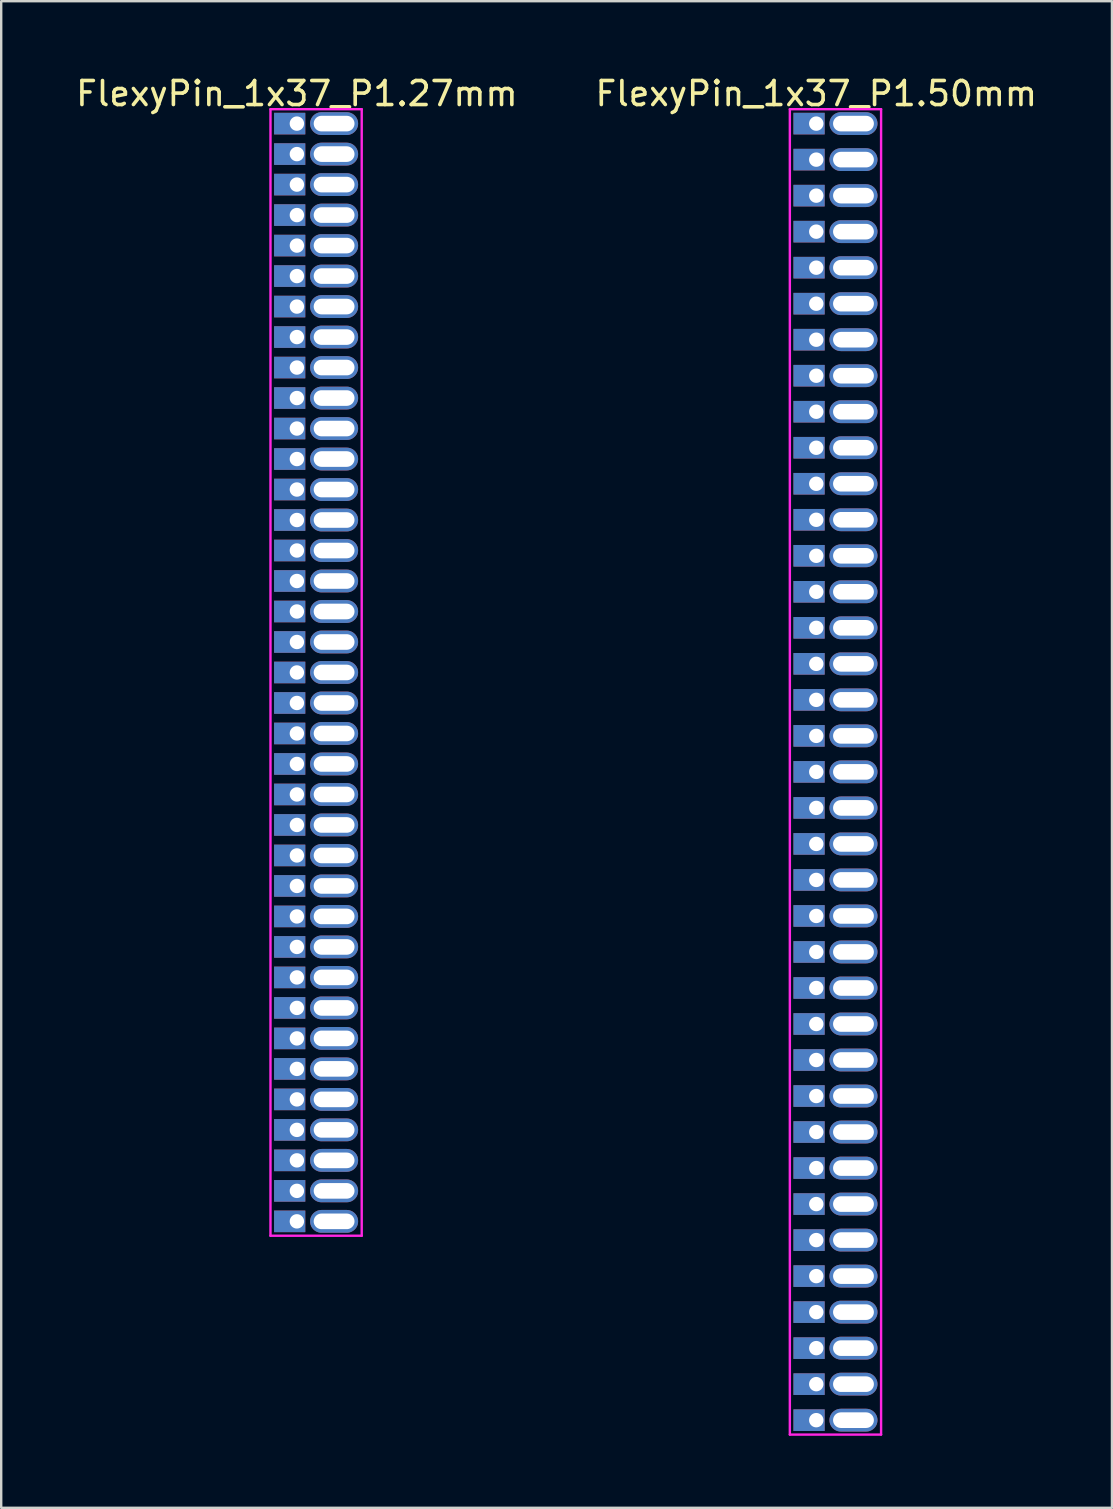
<source format=kicad_pcb>
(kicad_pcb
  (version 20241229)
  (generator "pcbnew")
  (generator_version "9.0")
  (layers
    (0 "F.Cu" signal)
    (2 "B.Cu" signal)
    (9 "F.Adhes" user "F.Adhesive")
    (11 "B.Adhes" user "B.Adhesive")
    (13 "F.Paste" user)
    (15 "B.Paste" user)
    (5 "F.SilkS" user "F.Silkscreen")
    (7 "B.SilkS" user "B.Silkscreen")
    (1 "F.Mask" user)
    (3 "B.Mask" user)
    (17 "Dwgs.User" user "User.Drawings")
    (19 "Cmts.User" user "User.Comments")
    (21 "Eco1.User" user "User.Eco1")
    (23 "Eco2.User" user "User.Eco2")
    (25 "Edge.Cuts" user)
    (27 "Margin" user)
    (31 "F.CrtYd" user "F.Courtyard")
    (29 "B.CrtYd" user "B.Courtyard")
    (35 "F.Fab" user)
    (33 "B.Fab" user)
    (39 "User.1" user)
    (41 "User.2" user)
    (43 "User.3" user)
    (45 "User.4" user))
  (footprint "FlexyPin_1x37_P1.27mm"
    (layer "F.Cu")
    (at 9.315 2.098)
    (property "Reference" "FlexyPin_1x37_P1.27mm" (at 0 -1.25 0) (layer "F.SilkS") (effects (font (size 1 1) (thickness 0.15))))
    (attr through_hole)
    (fp_line (start -1.1 -0.6) (end 2.7 -0.6) (stroke (width 0.1) (type solid)) (layer "F.CrtYd"))
    (fp_line (start -1.1 46.32) (end -1.1 -0.6) (stroke (width 0.1) (type solid)) (layer "F.CrtYd"))
    (fp_line (start 2.7 -0.6) (end 2.7 46.32) (stroke (width 0.1) (type solid)) (layer "F.CrtYd"))
    (fp_line (start 2.7 46.32) (end -1.1 46.32) (stroke (width 0.1) (type solid)) (layer "F.CrtYd"))
    (pad "" thru_hole oval (at 1.55 0) (size 2 0.95) (drill oval 1.7 0.65) (layers "*.Cu" "*.Mask"))
    (pad "" thru_hole oval (at 1.55 1.27) (size 2 0.95) (drill oval 1.7 0.65) (layers "*.Cu" "*.Mask"))
    (pad "" thru_hole oval (at 1.55 2.54) (size 2 0.95) (drill oval 1.7 0.65) (layers "*.Cu" "*.Mask"))
    (pad "" thru_hole oval (at 1.55 3.81) (size 2 0.95) (drill oval 1.7 0.65) (layers "*.Cu" "*.Mask"))
    (pad "" thru_hole oval (at 1.55 5.08) (size 2 0.95) (drill oval 1.7 0.65) (layers "*.Cu" "*.Mask"))
    (pad "" thru_hole oval (at 1.55 6.35) (size 2 0.95) (drill oval 1.7 0.65) (layers "*.Cu" "*.Mask"))
    (pad "" thru_hole oval (at 1.55 7.62) (size 2 0.95) (drill oval 1.7 0.65) (layers "*.Cu" "*.Mask"))
    (pad "" thru_hole oval (at 1.55 8.89) (size 2 0.95) (drill oval 1.7 0.65) (layers "*.Cu" "*.Mask"))
    (pad "" thru_hole oval (at 1.55 10.16) (size 2 0.95) (drill oval 1.7 0.65) (layers "*.Cu" "*.Mask"))
    (pad "" thru_hole oval (at 1.55 11.43) (size 2 0.95) (drill oval 1.7 0.65) (layers "*.Cu" "*.Mask"))
    (pad "" thru_hole oval (at 1.55 12.7) (size 2 0.95) (drill oval 1.7 0.65) (layers "*.Cu" "*.Mask"))
    (pad "" thru_hole oval (at 1.55 13.97) (size 2 0.95) (drill oval 1.7 0.65) (layers "*.Cu" "*.Mask"))
    (pad "" thru_hole oval (at 1.55 15.24) (size 2 0.95) (drill oval 1.7 0.65) (layers "*.Cu" "*.Mask"))
    (pad "" thru_hole oval (at 1.55 16.51) (size 2 0.95) (drill oval 1.7 0.65) (layers "*.Cu" "*.Mask"))
    (pad "" thru_hole oval (at 1.55 17.78) (size 2 0.95) (drill oval 1.7 0.65) (layers "*.Cu" "*.Mask"))
    (pad "" thru_hole oval (at 1.55 19.05) (size 2 0.95) (drill oval 1.7 0.65) (layers "*.Cu" "*.Mask"))
    (pad "" thru_hole oval (at 1.55 20.32) (size 2 0.95) (drill oval 1.7 0.65) (layers "*.Cu" "*.Mask"))
    (pad "" thru_hole oval (at 1.55 21.59) (size 2 0.95) (drill oval 1.7 0.65) (layers "*.Cu" "*.Mask"))
    (pad "" thru_hole oval (at 1.55 22.86) (size 2 0.95) (drill oval 1.7 0.65) (layers "*.Cu" "*.Mask"))
    (pad "" thru_hole oval (at 1.55 24.13) (size 2 0.95) (drill oval 1.7 0.65) (layers "*.Cu" "*.Mask"))
    (pad "" thru_hole oval (at 1.55 25.4) (size 2 0.95) (drill oval 1.7 0.65) (layers "*.Cu" "*.Mask"))
    (pad "" thru_hole oval (at 1.55 26.67) (size 2 0.95) (drill oval 1.7 0.65) (layers "*.Cu" "*.Mask"))
    (pad "" thru_hole oval (at 1.55 27.94) (size 2 0.95) (drill oval 1.7 0.65) (layers "*.Cu" "*.Mask"))
    (pad "" thru_hole oval (at 1.55 29.21) (size 2 0.95) (drill oval 1.7 0.65) (layers "*.Cu" "*.Mask"))
    (pad "" thru_hole oval (at 1.55 30.48) (size 2 0.95) (drill oval 1.7 0.65) (layers "*.Cu" "*.Mask"))
    (pad "" thru_hole oval (at 1.55 31.75) (size 2 0.95) (drill oval 1.7 0.65) (layers "*.Cu" "*.Mask"))
    (pad "" thru_hole oval (at 1.55 33.02) (size 2 0.95) (drill oval 1.7 0.65) (layers "*.Cu" "*.Mask"))
    (pad "" thru_hole oval (at 1.55 34.29) (size 2 0.95) (drill oval 1.7 0.65) (layers "*.Cu" "*.Mask"))
    (pad "" thru_hole oval (at 1.55 35.56) (size 2 0.95) (drill oval 1.7 0.65) (layers "*.Cu" "*.Mask"))
    (pad "" thru_hole oval (at 1.55 36.83) (size 2 0.95) (drill oval 1.7 0.65) (layers "*.Cu" "*.Mask"))
    (pad "" thru_hole oval (at 1.55 38.1) (size 2 0.95) (drill oval 1.7 0.65) (layers "*.Cu" "*.Mask"))
    (pad "" thru_hole oval (at 1.55 39.37) (size 2 0.95) (drill oval 1.7 0.65) (layers "*.Cu" "*.Mask"))
    (pad "" thru_hole oval (at 1.55 40.64) (size 2 0.95) (drill oval 1.7 0.65) (layers "*.Cu" "*.Mask"))
    (pad "" thru_hole oval (at 1.55 41.91) (size 2 0.95) (drill oval 1.7 0.65) (layers "*.Cu" "*.Mask"))
    (pad "" thru_hole oval (at 1.55 43.18) (size 2 0.95) (drill oval 1.7 0.65) (layers "*.Cu" "*.Mask"))
    (pad "" thru_hole oval (at 1.55 44.45) (size 2 0.95) (drill oval 1.7 0.65) (layers "*.Cu" "*.Mask"))
    (pad "" thru_hole oval (at 1.55 45.72) (size 2 0.95) (drill oval 1.7 0.65) (layers "*.Cu" "*.Mask"))
    (pad "1" thru_hole rect (at 0 0) (size 1.3 0.9) (drill 0.6 (offset -0.3 0)) (layers "*.Cu" "*.Mask"))
    (pad "2" thru_hole rect (at 0 1.27) (size 1.3 0.9) (drill 0.6 (offset -0.3 0)) (layers "*.Cu" "*.Mask"))
    (pad "3" thru_hole rect (at 0 2.54) (size 1.3 0.9) (drill 0.6 (offset -0.3 0)) (layers "*.Cu" "*.Mask"))
    (pad "4" thru_hole rect (at 0 3.81) (size 1.3 0.9) (drill 0.6 (offset -0.3 0)) (layers "*.Cu" "*.Mask"))
    (pad "5" thru_hole rect (at 0 5.08) (size 1.3 0.9) (drill 0.6 (offset -0.3 0)) (layers "*.Cu" "*.Mask"))
    (pad "6" thru_hole rect (at 0 6.35) (size 1.3 0.9) (drill 0.6 (offset -0.3 0)) (layers "*.Cu" "*.Mask"))
    (pad "7" thru_hole rect (at 0 7.62) (size 1.3 0.9) (drill 0.6 (offset -0.3 0)) (layers "*.Cu" "*.Mask"))
    (pad "8" thru_hole rect (at 0 8.89) (size 1.3 0.9) (drill 0.6 (offset -0.3 0)) (layers "*.Cu" "*.Mask"))
    (pad "9" thru_hole rect (at 0 10.16) (size 1.3 0.9) (drill 0.6 (offset -0.3 0)) (layers "*.Cu" "*.Mask"))
    (pad "10" thru_hole rect (at 0 11.43) (size 1.3 0.9) (drill 0.6 (offset -0.3 0)) (layers "*.Cu" "*.Mask"))
    (pad "11" thru_hole rect (at 0 12.7) (size 1.3 0.9) (drill 0.6 (offset -0.3 0)) (layers "*.Cu" "*.Mask"))
    (pad "12" thru_hole rect (at 0 13.97) (size 1.3 0.9) (drill 0.6 (offset -0.3 0)) (layers "*.Cu" "*.Mask"))
    (pad "13" thru_hole rect (at 0 15.24) (size 1.3 0.9) (drill 0.6 (offset -0.3 0)) (layers "*.Cu" "*.Mask"))
    (pad "14" thru_hole rect (at 0 16.51) (size 1.3 0.9) (drill 0.6 (offset -0.3 0)) (layers "*.Cu" "*.Mask"))
    (pad "15" thru_hole rect (at 0 17.78) (size 1.3 0.9) (drill 0.6 (offset -0.3 0)) (layers "*.Cu" "*.Mask"))
    (pad "16" thru_hole rect (at 0 19.05) (size 1.3 0.9) (drill 0.6 (offset -0.3 0)) (layers "*.Cu" "*.Mask"))
    (pad "17" thru_hole rect (at 0 20.32) (size 1.3 0.9) (drill 0.6 (offset -0.3 0)) (layers "*.Cu" "*.Mask"))
    (pad "18" thru_hole rect (at 0 21.59) (size 1.3 0.9) (drill 0.6 (offset -0.3 0)) (layers "*.Cu" "*.Mask"))
    (pad "19" thru_hole rect (at 0 22.86) (size 1.3 0.9) (drill 0.6 (offset -0.3 0)) (layers "*.Cu" "*.Mask"))
    (pad "20" thru_hole rect (at 0 24.13) (size 1.3 0.9) (drill 0.6 (offset -0.3 0)) (layers "*.Cu" "*.Mask"))
    (pad "21" thru_hole rect (at 0 25.4) (size 1.3 0.9) (drill 0.6 (offset -0.3 0)) (layers "*.Cu" "*.Mask"))
    (pad "22" thru_hole rect (at 0 26.67) (size 1.3 0.9) (drill 0.6 (offset -0.3 0)) (layers "*.Cu" "*.Mask"))
    (pad "23" thru_hole rect (at 0 27.94) (size 1.3 0.9) (drill 0.6 (offset -0.3 0)) (layers "*.Cu" "*.Mask"))
    (pad "24" thru_hole rect (at 0 29.21) (size 1.3 0.9) (drill 0.6 (offset -0.3 0)) (layers "*.Cu" "*.Mask"))
    (pad "25" thru_hole rect (at 0 30.48) (size 1.3 0.9) (drill 0.6 (offset -0.3 0)) (layers "*.Cu" "*.Mask"))
    (pad "26" thru_hole rect (at 0 31.75) (size 1.3 0.9) (drill 0.6 (offset -0.3 0)) (layers "*.Cu" "*.Mask"))
    (pad "27" thru_hole rect (at 0 33.02) (size 1.3 0.9) (drill 0.6 (offset -0.3 0)) (layers "*.Cu" "*.Mask"))
    (pad "28" thru_hole rect (at 0 34.29) (size 1.3 0.9) (drill 0.6 (offset -0.3 0)) (layers "*.Cu" "*.Mask"))
    (pad "29" thru_hole rect (at 0 35.56) (size 1.3 0.9) (drill 0.6 (offset -0.3 0)) (layers "*.Cu" "*.Mask"))
    (pad "30" thru_hole rect (at 0 36.83) (size 1.3 0.9) (drill 0.6 (offset -0.3 0)) (layers "*.Cu" "*.Mask"))
    (pad "31" thru_hole rect (at 0 38.1) (size 1.3 0.9) (drill 0.6 (offset -0.3 0)) (layers "*.Cu" "*.Mask"))
    (pad "32" thru_hole rect (at 0 39.37) (size 1.3 0.9) (drill 0.6 (offset -0.3 0)) (layers "*.Cu" "*.Mask"))
    (pad "33" thru_hole rect (at 0 40.64) (size 1.3 0.9) (drill 0.6 (offset -0.3 0)) (layers "*.Cu" "*.Mask"))
    (pad "34" thru_hole rect (at 0 41.91) (size 1.3 0.9) (drill 0.6 (offset -0.3 0)) (layers "*.Cu" "*.Mask"))
    (pad "35" thru_hole rect (at 0 43.18) (size 1.3 0.9) (drill 0.6 (offset -0.3 0)) (layers "*.Cu" "*.Mask"))
    (pad "36" thru_hole rect (at 0 44.45) (size 1.3 0.9) (drill 0.6 (offset -0.3 0)) (layers "*.Cu" "*.Mask"))
    (pad "37" thru_hole rect (at 0 45.72) (size 1.3 0.9) (drill 0.6 (offset -0.3 0)) (layers "*.Cu" "*.Mask")))
  (footprint "FlexyPin_1x37_P1.50mm"
    (layer "F.Cu")
    (at 30.946 2.098)
    (property "Reference" "FlexyPin_1x37_P1.50mm" (at 0 -1.25 0) (layer "F.SilkS") (effects (font (size 1 1) (thickness 0.15))))
    (attr through_hole)
    (fp_line (start -1.1 -0.6) (end 2.7 -0.6) (stroke (width 0.1) (type solid)) (layer "F.CrtYd"))
    (fp_line (start -1.1 54.6) (end -1.1 -0.6) (stroke (width 0.1) (type solid)) (layer "F.CrtYd"))
    (fp_line (start 2.7 -0.6) (end 2.7 54.6) (stroke (width 0.1) (type solid)) (layer "F.CrtYd"))
    (fp_line (start 2.7 54.6) (end -1.1 54.6) (stroke (width 0.1) (type solid)) (layer "F.CrtYd"))
    (pad "" thru_hole oval (at 1.55 0) (size 2 0.95) (drill oval 1.7 0.65) (layers "*.Cu" "*.Mask"))
    (pad "" thru_hole oval (at 1.55 1.5) (size 2 0.95) (drill oval 1.7 0.65) (layers "*.Cu" "*.Mask"))
    (pad "" thru_hole oval (at 1.55 3) (size 2 0.95) (drill oval 1.7 0.65) (layers "*.Cu" "*.Mask"))
    (pad "" thru_hole oval (at 1.55 4.5) (size 2 0.95) (drill oval 1.7 0.65) (layers "*.Cu" "*.Mask"))
    (pad "" thru_hole oval (at 1.55 6) (size 2 0.95) (drill oval 1.7 0.65) (layers "*.Cu" "*.Mask"))
    (pad "" thru_hole oval (at 1.55 7.5) (size 2 0.95) (drill oval 1.7 0.65) (layers "*.Cu" "*.Mask"))
    (pad "" thru_hole oval (at 1.55 9) (size 2 0.95) (drill oval 1.7 0.65) (layers "*.Cu" "*.Mask"))
    (pad "" thru_hole oval (at 1.55 10.5) (size 2 0.95) (drill oval 1.7 0.65) (layers "*.Cu" "*.Mask"))
    (pad "" thru_hole oval (at 1.55 12) (size 2 0.95) (drill oval 1.7 0.65) (layers "*.Cu" "*.Mask"))
    (pad "" thru_hole oval (at 1.55 13.5) (size 2 0.95) (drill oval 1.7 0.65) (layers "*.Cu" "*.Mask"))
    (pad "" thru_hole oval (at 1.55 15) (size 2 0.95) (drill oval 1.7 0.65) (layers "*.Cu" "*.Mask"))
    (pad "" thru_hole oval (at 1.55 16.5) (size 2 0.95) (drill oval 1.7 0.65) (layers "*.Cu" "*.Mask"))
    (pad "" thru_hole oval (at 1.55 18) (size 2 0.95) (drill oval 1.7 0.65) (layers "*.Cu" "*.Mask"))
    (pad "" thru_hole oval (at 1.55 19.5) (size 2 0.95) (drill oval 1.7 0.65) (layers "*.Cu" "*.Mask"))
    (pad "" thru_hole oval (at 1.55 21) (size 2 0.95) (drill oval 1.7 0.65) (layers "*.Cu" "*.Mask"))
    (pad "" thru_hole oval (at 1.55 22.5) (size 2 0.95) (drill oval 1.7 0.65) (layers "*.Cu" "*.Mask"))
    (pad "" thru_hole oval (at 1.55 24) (size 2 0.95) (drill oval 1.7 0.65) (layers "*.Cu" "*.Mask"))
    (pad "" thru_hole oval (at 1.55 25.5) (size 2 0.95) (drill oval 1.7 0.65) (layers "*.Cu" "*.Mask"))
    (pad "" thru_hole oval (at 1.55 27) (size 2 0.95) (drill oval 1.7 0.65) (layers "*.Cu" "*.Mask"))
    (pad "" thru_hole oval (at 1.55 28.5) (size 2 0.95) (drill oval 1.7 0.65) (layers "*.Cu" "*.Mask"))
    (pad "" thru_hole oval (at 1.55 30) (size 2 0.95) (drill oval 1.7 0.65) (layers "*.Cu" "*.Mask"))
    (pad "" thru_hole oval (at 1.55 31.5) (size 2 0.95) (drill oval 1.7 0.65) (layers "*.Cu" "*.Mask"))
    (pad "" thru_hole oval (at 1.55 33) (size 2 0.95) (drill oval 1.7 0.65) (layers "*.Cu" "*.Mask"))
    (pad "" thru_hole oval (at 1.55 34.5) (size 2 0.95) (drill oval 1.7 0.65) (layers "*.Cu" "*.Mask"))
    (pad "" thru_hole oval (at 1.55 36) (size 2 0.95) (drill oval 1.7 0.65) (layers "*.Cu" "*.Mask"))
    (pad "" thru_hole oval (at 1.55 37.5) (size 2 0.95) (drill oval 1.7 0.65) (layers "*.Cu" "*.Mask"))
    (pad "" thru_hole oval (at 1.55 39) (size 2 0.95) (drill oval 1.7 0.65) (layers "*.Cu" "*.Mask"))
    (pad "" thru_hole oval (at 1.55 40.5) (size 2 0.95) (drill oval 1.7 0.65) (layers "*.Cu" "*.Mask"))
    (pad "" thru_hole oval (at 1.55 42) (size 2 0.95) (drill oval 1.7 0.65) (layers "*.Cu" "*.Mask"))
    (pad "" thru_hole oval (at 1.55 43.5) (size 2 0.95) (drill oval 1.7 0.65) (layers "*.Cu" "*.Mask"))
    (pad "" thru_hole oval (at 1.55 45) (size 2 0.95) (drill oval 1.7 0.65) (layers "*.Cu" "*.Mask"))
    (pad "" thru_hole oval (at 1.55 46.5) (size 2 0.95) (drill oval 1.7 0.65) (layers "*.Cu" "*.Mask"))
    (pad "" thru_hole oval (at 1.55 48) (size 2 0.95) (drill oval 1.7 0.65) (layers "*.Cu" "*.Mask"))
    (pad "" thru_hole oval (at 1.55 49.5) (size 2 0.95) (drill oval 1.7 0.65) (layers "*.Cu" "*.Mask"))
    (pad "" thru_hole oval (at 1.55 51) (size 2 0.95) (drill oval 1.7 0.65) (layers "*.Cu" "*.Mask"))
    (pad "" thru_hole oval (at 1.55 52.5) (size 2 0.95) (drill oval 1.7 0.65) (layers "*.Cu" "*.Mask"))
    (pad "" thru_hole oval (at 1.55 54) (size 2 0.95) (drill oval 1.7 0.65) (layers "*.Cu" "*.Mask"))
    (pad "1" thru_hole rect (at 0 0) (size 1.3 0.9) (drill 0.6 (offset -0.3 0)) (layers "*.Cu" "*.Mask"))
    (pad "2" thru_hole rect (at 0 1.5) (size 1.3 0.9) (drill 0.6 (offset -0.3 0)) (layers "*.Cu" "*.Mask"))
    (pad "3" thru_hole rect (at 0 3) (size 1.3 0.9) (drill 0.6 (offset -0.3 0)) (layers "*.Cu" "*.Mask"))
    (pad "4" thru_hole rect (at 0 4.5) (size 1.3 0.9) (drill 0.6 (offset -0.3 0)) (layers "*.Cu" "*.Mask"))
    (pad "5" thru_hole rect (at 0 6) (size 1.3 0.9) (drill 0.6 (offset -0.3 0)) (layers "*.Cu" "*.Mask"))
    (pad "6" thru_hole rect (at 0 7.5) (size 1.3 0.9) (drill 0.6 (offset -0.3 0)) (layers "*.Cu" "*.Mask"))
    (pad "7" thru_hole rect (at 0 9) (size 1.3 0.9) (drill 0.6 (offset -0.3 0)) (layers "*.Cu" "*.Mask"))
    (pad "8" thru_hole rect (at 0 10.5) (size 1.3 0.9) (drill 0.6 (offset -0.3 0)) (layers "*.Cu" "*.Mask"))
    (pad "9" thru_hole rect (at 0 12) (size 1.3 0.9) (drill 0.6 (offset -0.3 0)) (layers "*.Cu" "*.Mask"))
    (pad "10" thru_hole rect (at 0 13.5) (size 1.3 0.9) (drill 0.6 (offset -0.3 0)) (layers "*.Cu" "*.Mask"))
    (pad "11" thru_hole rect (at 0 15) (size 1.3 0.9) (drill 0.6 (offset -0.3 0)) (layers "*.Cu" "*.Mask"))
    (pad "12" thru_hole rect (at 0 16.5) (size 1.3 0.9) (drill 0.6 (offset -0.3 0)) (layers "*.Cu" "*.Mask"))
    (pad "13" thru_hole rect (at 0 18) (size 1.3 0.9) (drill 0.6 (offset -0.3 0)) (layers "*.Cu" "*.Mask"))
    (pad "14" thru_hole rect (at 0 19.5) (size 1.3 0.9) (drill 0.6 (offset -0.3 0)) (layers "*.Cu" "*.Mask"))
    (pad "15" thru_hole rect (at 0 21) (size 1.3 0.9) (drill 0.6 (offset -0.3 0)) (layers "*.Cu" "*.Mask"))
    (pad "16" thru_hole rect (at 0 22.5) (size 1.3 0.9) (drill 0.6 (offset -0.3 0)) (layers "*.Cu" "*.Mask"))
    (pad "17" thru_hole rect (at 0 24) (size 1.3 0.9) (drill 0.6 (offset -0.3 0)) (layers "*.Cu" "*.Mask"))
    (pad "18" thru_hole rect (at 0 25.5) (size 1.3 0.9) (drill 0.6 (offset -0.3 0)) (layers "*.Cu" "*.Mask"))
    (pad "19" thru_hole rect (at 0 27) (size 1.3 0.9) (drill 0.6 (offset -0.3 0)) (layers "*.Cu" "*.Mask"))
    (pad "20" thru_hole rect (at 0 28.5) (size 1.3 0.9) (drill 0.6 (offset -0.3 0)) (layers "*.Cu" "*.Mask"))
    (pad "21" thru_hole rect (at 0 30) (size 1.3 0.9) (drill 0.6 (offset -0.3 0)) (layers "*.Cu" "*.Mask"))
    (pad "22" thru_hole rect (at 0 31.5) (size 1.3 0.9) (drill 0.6 (offset -0.3 0)) (layers "*.Cu" "*.Mask"))
    (pad "23" thru_hole rect (at 0 33) (size 1.3 0.9) (drill 0.6 (offset -0.3 0)) (layers "*.Cu" "*.Mask"))
    (pad "24" thru_hole rect (at 0 34.5) (size 1.3 0.9) (drill 0.6 (offset -0.3 0)) (layers "*.Cu" "*.Mask"))
    (pad "25" thru_hole rect (at 0 36) (size 1.3 0.9) (drill 0.6 (offset -0.3 0)) (layers "*.Cu" "*.Mask"))
    (pad "26" thru_hole rect (at 0 37.5) (size 1.3 0.9) (drill 0.6 (offset -0.3 0)) (layers "*.Cu" "*.Mask"))
    (pad "27" thru_hole rect (at 0 39) (size 1.3 0.9) (drill 0.6 (offset -0.3 0)) (layers "*.Cu" "*.Mask"))
    (pad "28" thru_hole rect (at 0 40.5) (size 1.3 0.9) (drill 0.6 (offset -0.3 0)) (layers "*.Cu" "*.Mask"))
    (pad "29" thru_hole rect (at 0 42) (size 1.3 0.9) (drill 0.6 (offset -0.3 0)) (layers "*.Cu" "*.Mask"))
    (pad "30" thru_hole rect (at 0 43.5) (size 1.3 0.9) (drill 0.6 (offset -0.3 0)) (layers "*.Cu" "*.Mask"))
    (pad "31" thru_hole rect (at 0 45) (size 1.3 0.9) (drill 0.6 (offset -0.3 0)) (layers "*.Cu" "*.Mask"))
    (pad "32" thru_hole rect (at 0 46.5) (size 1.3 0.9) (drill 0.6 (offset -0.3 0)) (layers "*.Cu" "*.Mask"))
    (pad "33" thru_hole rect (at 0 48) (size 1.3 0.9) (drill 0.6 (offset -0.3 0)) (layers "*.Cu" "*.Mask"))
    (pad "34" thru_hole rect (at 0 49.5) (size 1.3 0.9) (drill 0.6 (offset -0.3 0)) (layers "*.Cu" "*.Mask"))
    (pad "35" thru_hole rect (at 0 51) (size 1.3 0.9) (drill 0.6 (offset -0.3 0)) (layers "*.Cu" "*.Mask"))
    (pad "36" thru_hole rect (at 0 52.5) (size 1.3 0.9) (drill 0.6 (offset -0.3 0)) (layers "*.Cu" "*.Mask"))
    (pad "37" thru_hole rect (at 0 54) (size 1.3 0.9) (drill 0.6 (offset -0.3 0)) (layers "*.Cu" "*.Mask")))
  (gr_rect
    (start -3 -3)
    (end 43.262 59.748)
    (stroke (width 0.1) (type default))
    (fill no)
    (layer "Edge.Cuts")))
</source>
